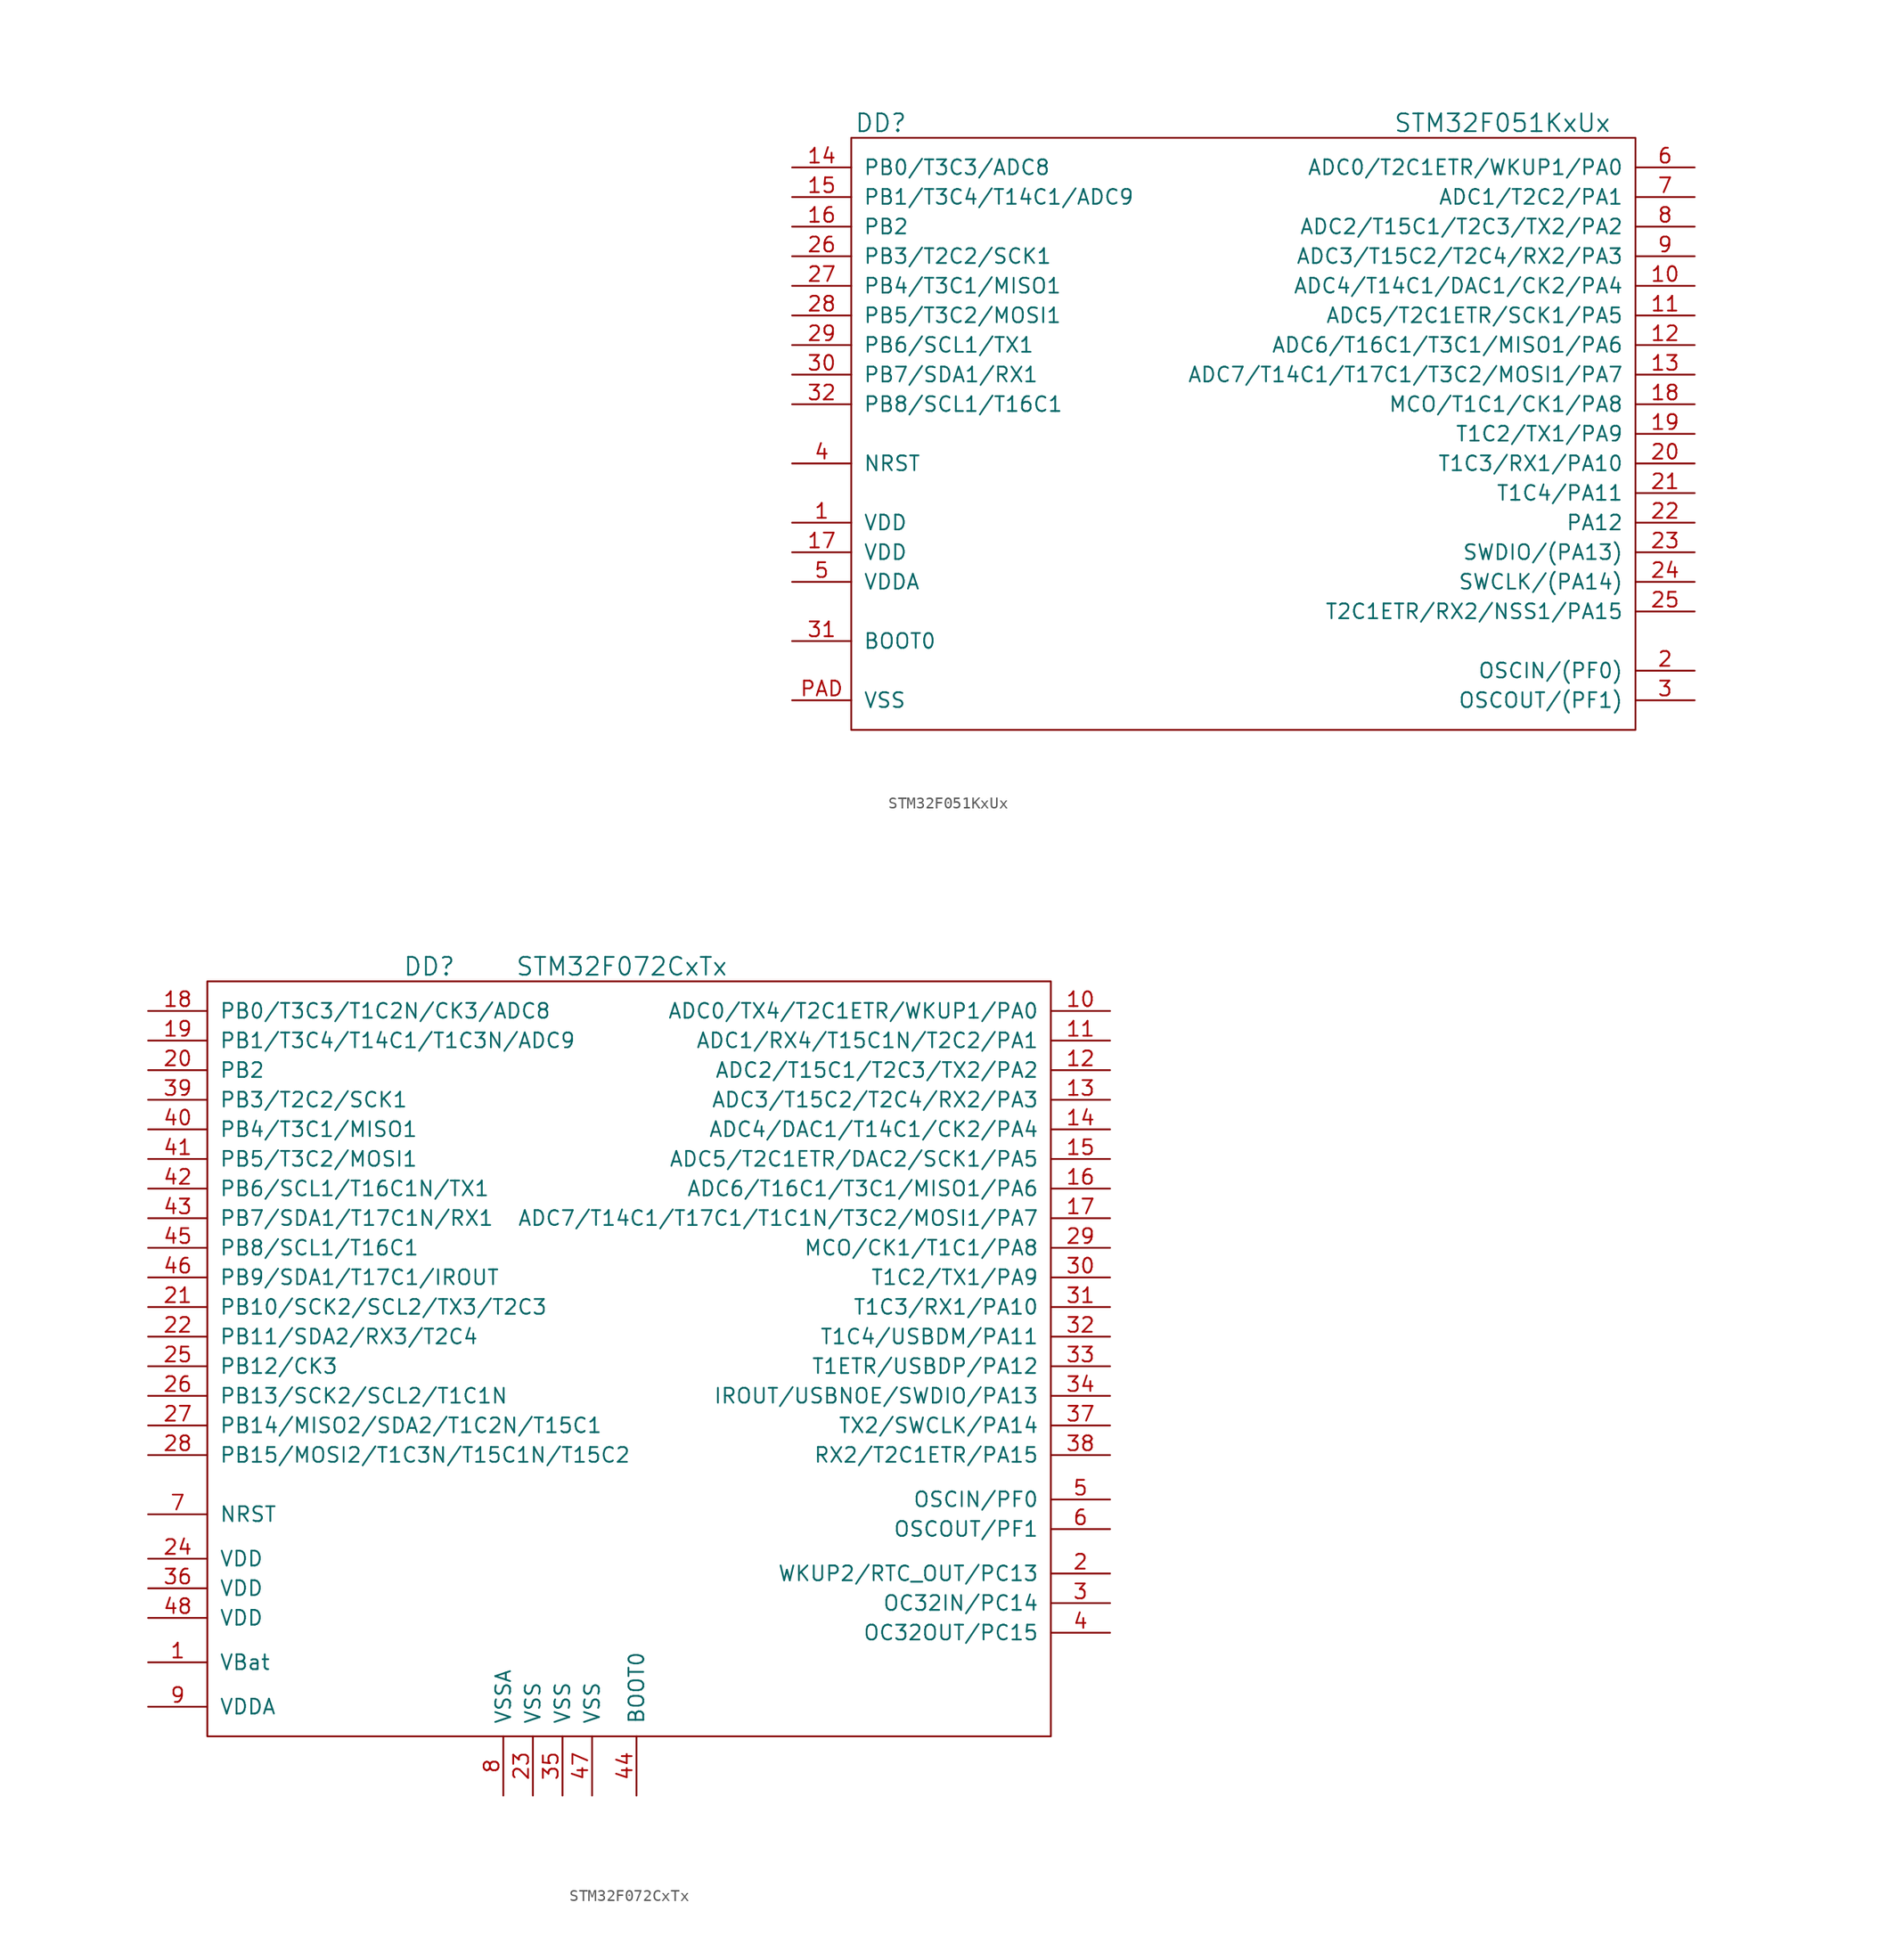
<source format=kicad_sym>
(kicad_symbol_lib
  (version 20201005)
  (generator kicad_symbol_editor)
  (symbol "st_kl:STM32F051KxUx"
    (pin_names
      (offset 1.016))
    (property "Reference" "DD"
      (at -31.75 26.67 0)
      (effects (font (size 1.524 1.524))))
    (property "Value" "STM32F051KxUx"
      (at 21.59 26.67 0)
      (effects (font (size 1.524 1.524))))
    (property "Datasheet" ""
      (at -90.17 -5.08 0)
      (effects (font (size 1.524 1.524))))
    (symbol "STM32F051KxUx_0_1"
      (rectangle (start -34.29 25.4) (end 33.02 -25.4) (stroke (width 0)) (fill (type none))))
    (symbol "STM32F051KxUx_1_1"
      (pin power_in line (at -39.37 -7.62 0) (length 5.08) (name "VDD" (effects (font (size 1.27 1.27)))) (number "1" (effects (font (size 1.27 1.27)))))
      (pin passive line (at 38.1 12.7 180) (length 5.08) (name "ADC4/T14C1/DAC1/CK2/PA4" (effects (font (size 1.27 1.27)))) (number "10" (effects (font (size 1.27 1.27)))))
      (pin passive line (at 38.1 10.16 180) (length 5.08) (name "ADC5/T2C1ETR/SCK1/PA5" (effects (font (size 1.27 1.27)))) (number "11" (effects (font (size 1.27 1.27)))))
      (pin passive line (at 38.1 7.62 180) (length 5.08) (name "ADC6/T16C1/T3C1/MISO1/PA6" (effects (font (size 1.27 1.27)))) (number "12" (effects (font (size 1.27 1.27)))))
      (pin passive line (at 38.1 5.08 180) (length 5.08) (name "ADC7/T14C1/T17C1/T3C2/MOSI1/PA7" (effects (font (size 1.27 1.27)))) (number "13" (effects (font (size 1.27 1.27)))))
      (pin passive line (at -39.37 22.86 0) (length 5.08) (name "PB0/T3C3/ADC8" (effects (font (size 1.27 1.27)))) (number "14" (effects (font (size 1.27 1.27)))))
      (pin passive line (at -39.37 20.32 0) (length 5.08) (name "PB1/T3C4/T14C1/ADC9" (effects (font (size 1.27 1.27)))) (number "15" (effects (font (size 1.27 1.27)))))
      (pin passive line (at -39.37 17.78 0) (length 5.08) (name "PB2" (effects (font (size 1.27 1.27)))) (number "16" (effects (font (size 1.27 1.27)))))
      (pin power_in line (at -39.37 -10.16 0) (length 5.08) (name "VDD" (effects (font (size 1.27 1.27)))) (number "17" (effects (font (size 1.27 1.27)))))
      (pin passive line (at 38.1 2.54 180) (length 5.08) (name "MCO/T1C1/CK1/PA8" (effects (font (size 1.27 1.27)))) (number "18" (effects (font (size 1.27 1.27)))))
      (pin passive line (at 38.1 0 180) (length 5.08) (name "T1C2/TX1/PA9" (effects (font (size 1.27 1.27)))) (number "19" (effects (font (size 1.27 1.27)))))
      (pin passive line (at 38.1 -20.32 180) (length 5.08) (name "OSCIN/(PF0)" (effects (font (size 1.27 1.27)))) (number "2" (effects (font (size 1.27 1.27)))))
      (pin passive line (at 38.1 -2.54 180) (length 5.08) (name "T1C3/RX1/PA10" (effects (font (size 1.27 1.27)))) (number "20" (effects (font (size 1.27 1.27)))))
      (pin passive line (at 38.1 -5.08 180) (length 5.08) (name "T1C4/PA11" (effects (font (size 1.27 1.27)))) (number "21" (effects (font (size 1.27 1.27)))))
      (pin passive line (at 38.1 -7.62 180) (length 5.08) (name "PA12" (effects (font (size 1.27 1.27)))) (number "22" (effects (font (size 1.27 1.27)))))
      (pin passive line (at 38.1 -10.16 180) (length 5.08) (name "SWDIO/(PA13)" (effects (font (size 1.27 1.27)))) (number "23" (effects (font (size 1.27 1.27)))))
      (pin passive line (at 38.1 -12.7 180) (length 5.08) (name "SWCLK/(PA14)" (effects (font (size 1.27 1.27)))) (number "24" (effects (font (size 1.27 1.27)))))
      (pin passive line (at 38.1 -15.24 180) (length 5.08) (name "T2C1ETR/RX2/NSS1/PA15" (effects (font (size 1.27 1.27)))) (number "25" (effects (font (size 1.27 1.27)))))
      (pin passive line (at -39.37 15.24 0) (length 5.08) (name "PB3/T2C2/SCK1" (effects (font (size 1.27 1.27)))) (number "26" (effects (font (size 1.27 1.27)))))
      (pin passive line (at -39.37 12.7 0) (length 5.08) (name "PB4/T3C1/MISO1" (effects (font (size 1.27 1.27)))) (number "27" (effects (font (size 1.27 1.27)))))
      (pin passive line (at -39.37 10.16 0) (length 5.08) (name "PB5/T3C2/MOSI1" (effects (font (size 1.27 1.27)))) (number "28" (effects (font (size 1.27 1.27)))))
      (pin passive line (at -39.37 7.62 0) (length 5.08) (name "PB6/SCL1/TX1" (effects (font (size 1.27 1.27)))) (number "29" (effects (font (size 1.27 1.27)))))
      (pin passive line (at 38.1 -22.86 180) (length 5.08) (name "OSCOUT/(PF1)" (effects (font (size 1.27 1.27)))) (number "3" (effects (font (size 1.27 1.27)))))
      (pin passive line (at -39.37 5.08 0) (length 5.08) (name "PB7/SDA1/RX1" (effects (font (size 1.27 1.27)))) (number "30" (effects (font (size 1.27 1.27)))))
      (pin passive line (at -39.37 -17.78 0) (length 5.08) (name "BOOT0" (effects (font (size 1.27 1.27)))) (number "31" (effects (font (size 1.27 1.27)))))
      (pin passive line (at -39.37 2.54 0) (length 5.08) (name "PB8/SCL1/T16C1" (effects (font (size 1.27 1.27)))) (number "32" (effects (font (size 1.27 1.27)))))
      (pin passive line (at -39.37 -2.54 0) (length 5.08) (name "NRST" (effects (font (size 1.27 1.27)))) (number "4" (effects (font (size 1.27 1.27)))))
      (pin power_in line (at -39.37 -12.7 0) (length 5.08) (name "VDDA" (effects (font (size 1.27 1.27)))) (number "5" (effects (font (size 1.27 1.27)))))
      (pin passive line (at 38.1 22.86 180) (length 5.08) (name "ADC0/T2C1ETR/WKUP1/PA0" (effects (font (size 1.27 1.27)))) (number "6" (effects (font (size 1.27 1.27)))))
      (pin passive line (at 38.1 20.32 180) (length 5.08) (name "ADC1/T2C2/PA1" (effects (font (size 1.27 1.27)))) (number "7" (effects (font (size 1.27 1.27)))))
      (pin passive line (at 38.1 17.78 180) (length 5.08) (name "ADC2/T15C1/T2C3/TX2/PA2" (effects (font (size 1.27 1.27)))) (number "8" (effects (font (size 1.27 1.27)))))
      (pin passive line (at 38.1 15.24 180) (length 5.08) (name "ADC3/T15C2/T2C4/RX2/PA3" (effects (font (size 1.27 1.27)))) (number "9" (effects (font (size 1.27 1.27)))))
      (pin power_in line (at -39.37 -22.86 0) (length 5.08) (name "VSS" (effects (font (size 1.27 1.27)))) (number "PAD" (effects (font (size 1.27 1.27)))))))
  (symbol "st_kl:STM32F072CxTx"
    (pin_names
      (offset 1.016))
    (property "Reference" "DD"
      (at -12.7 34.29 0)
      (effects (font (size 1.524 1.524))))
    (property "Value" "STM32F072CxTx"
      (at 3.81 34.29 0)
      (effects (font (size 1.524 1.524))))
    (symbol "STM32F072CxTx_0_1"
      (rectangle (start -31.75 33.02) (end 40.64 -31.75) (stroke (width 0)) (fill (type none))))
    (symbol "STM32F072CxTx_1_1"
      (pin power_in line (at -36.83 -25.4 0) (length 5.08) (name "VBat" (effects (font (size 1.27 1.27)))) (number "1" (effects (font (size 1.27 1.27)))))
      (pin passive line (at 45.72 30.48 180) (length 5.08) (name "ADC0/TX4/T2C1ETR/WKUP1/PA0" (effects (font (size 1.27 1.27)))) (number "10" (effects (font (size 1.27 1.27)))))
      (pin passive line (at 45.72 27.94 180) (length 5.08) (name "ADC1/RX4/T15C1N/T2C2/PA1" (effects (font (size 1.27 1.27)))) (number "11" (effects (font (size 1.27 1.27)))))
      (pin passive line (at 45.72 25.4 180) (length 5.08) (name "ADC2/T15C1/T2C3/TX2/PA2" (effects (font (size 1.27 1.27)))) (number "12" (effects (font (size 1.27 1.27)))))
      (pin passive line (at 45.72 22.86 180) (length 5.08) (name "ADC3/T15C2/T2C4/RX2/PA3" (effects (font (size 1.27 1.27)))) (number "13" (effects (font (size 1.27 1.27)))))
      (pin passive line (at 45.72 20.32 180) (length 5.08) (name "ADC4/DAC1/T14C1/CK2/PA4" (effects (font (size 1.27 1.27)))) (number "14" (effects (font (size 1.27 1.27)))))
      (pin passive line (at 45.72 17.78 180) (length 5.08) (name "ADC5/T2C1ETR/DAC2/SCK1/PA5" (effects (font (size 1.27 1.27)))) (number "15" (effects (font (size 1.27 1.27)))))
      (pin passive line (at 45.72 15.24 180) (length 5.08) (name "ADC6/T16C1/T3C1/MISO1/PA6" (effects (font (size 1.27 1.27)))) (number "16" (effects (font (size 1.27 1.27)))))
      (pin passive line (at 45.72 12.7 180) (length 5.08) (name "ADC7/T14C1/T17C1/T1C1N/T3C2/MOSI1/PA7" (effects (font (size 1.27 1.27)))) (number "17" (effects (font (size 1.27 1.27)))))
      (pin passive line (at -36.83 30.48 0) (length 5.08) (name "PB0/T3C3/T1C2N/CK3/ADC8" (effects (font (size 1.27 1.27)))) (number "18" (effects (font (size 1.27 1.27)))))
      (pin passive line (at -36.83 27.94 0) (length 5.08) (name "PB1/T3C4/T14C1/T1C3N/ADC9" (effects (font (size 1.27 1.27)))) (number "19" (effects (font (size 1.27 1.27)))))
      (pin passive line (at 45.72 -17.78 180) (length 5.08) (name "WKUP2/RTC_OUT/PC13" (effects (font (size 1.27 1.27)))) (number "2" (effects (font (size 1.27 1.27)))))
      (pin passive line (at -36.83 25.4 0) (length 5.08) (name "PB2" (effects (font (size 1.27 1.27)))) (number "20" (effects (font (size 1.27 1.27)))))
      (pin passive line (at -36.83 5.08 0) (length 5.08) (name "PB10/SCK2/SCL2/TX3/T2C3" (effects (font (size 1.27 1.27)))) (number "21" (effects (font (size 1.27 1.27)))))
      (pin passive line (at -36.83 2.54 0) (length 5.08) (name "PB11/SDA2/RX3/T2C4" (effects (font (size 1.27 1.27)))) (number "22" (effects (font (size 1.27 1.27)))))
      (pin power_in line (at -3.81 -36.83 90) (length 5.08) (name "VSS" (effects (font (size 1.27 1.27)))) (number "23" (effects (font (size 1.27 1.27)))))
      (pin power_in line (at -36.83 -16.51 0) (length 5.08) (name "VDD" (effects (font (size 1.27 1.27)))) (number "24" (effects (font (size 1.27 1.27)))))
      (pin passive line (at -36.83 0 0) (length 5.08) (name "PB12/CK3" (effects (font (size 1.27 1.27)))) (number "25" (effects (font (size 1.27 1.27)))))
      (pin passive line (at -36.83 -2.54 0) (length 5.08) (name "PB13/SCK2/SCL2/T1C1N" (effects (font (size 1.27 1.27)))) (number "26" (effects (font (size 1.27 1.27)))))
      (pin passive line (at -36.83 -5.08 0) (length 5.08) (name "PB14/MISO2/SDA2/T1C2N/T15C1" (effects (font (size 1.27 1.27)))) (number "27" (effects (font (size 1.27 1.27)))))
      (pin passive line (at -36.83 -7.62 0) (length 5.08) (name "PB15/MOSI2/T1C3N/T15C1N/T15C2" (effects (font (size 1.27 1.27)))) (number "28" (effects (font (size 1.27 1.27)))))
      (pin passive line (at 45.72 10.16 180) (length 5.08) (name "MCO/CK1/T1C1/PA8" (effects (font (size 1.27 1.27)))) (number "29" (effects (font (size 1.27 1.27)))))
      (pin passive line (at 45.72 -20.32 180) (length 5.08) (name "OC32IN/PC14" (effects (font (size 1.27 1.27)))) (number "3" (effects (font (size 1.27 1.27)))))
      (pin passive line (at 45.72 7.62 180) (length 5.08) (name "T1C2/TX1/PA9" (effects (font (size 1.27 1.27)))) (number "30" (effects (font (size 1.27 1.27)))))
      (pin passive line (at 45.72 5.08 180) (length 5.08) (name "T1C3/RX1/PA10" (effects (font (size 1.27 1.27)))) (number "31" (effects (font (size 1.27 1.27)))))
      (pin passive line (at 45.72 2.54 180) (length 5.08) (name "T1C4/USBDM/PA11" (effects (font (size 1.27 1.27)))) (number "32" (effects (font (size 1.27 1.27)))))
      (pin passive line (at 45.72 0 180) (length 5.08) (name "T1ETR/USBDP/PA12" (effects (font (size 1.27 1.27)))) (number "33" (effects (font (size 1.27 1.27)))))
      (pin passive line (at 45.72 -2.54 180) (length 5.08) (name "IROUT/USBNOE/SWDIO/PA13" (effects (font (size 1.27 1.27)))) (number "34" (effects (font (size 1.27 1.27)))))
      (pin power_in line (at -1.27 -36.83 90) (length 5.08) (name "VSS" (effects (font (size 1.27 1.27)))) (number "35" (effects (font (size 1.27 1.27)))))
      (pin power_in line (at -36.83 -19.05 0) (length 5.08) (name "VDD" (effects (font (size 1.27 1.27)))) (number "36" (effects (font (size 1.27 1.27)))))
      (pin passive line (at 45.72 -5.08 180) (length 5.08) (name "TX2/SWCLK/PA14" (effects (font (size 1.27 1.27)))) (number "37" (effects (font (size 1.27 1.27)))))
      (pin passive line (at 45.72 -7.62 180) (length 5.08) (name "RX2/T2C1ETR/PA15" (effects (font (size 1.27 1.27)))) (number "38" (effects (font (size 1.27 1.27)))))
      (pin passive line (at -36.83 22.86 0) (length 5.08) (name "PB3/T2C2/SCK1" (effects (font (size 1.27 1.27)))) (number "39" (effects (font (size 1.27 1.27)))))
      (pin passive line (at 45.72 -22.86 180) (length 5.08) (name "OC32OUT/PC15" (effects (font (size 1.27 1.27)))) (number "4" (effects (font (size 1.27 1.27)))))
      (pin passive line (at -36.83 20.32 0) (length 5.08) (name "PB4/T3C1/MISO1" (effects (font (size 1.27 1.27)))) (number "40" (effects (font (size 1.27 1.27)))))
      (pin passive line (at -36.83 17.78 0) (length 5.08) (name "PB5/T3C2/MOSI1" (effects (font (size 1.27 1.27)))) (number "41" (effects (font (size 1.27 1.27)))))
      (pin passive line (at -36.83 15.24 0) (length 5.08) (name "PB6/SCL1/T16C1N/TX1" (effects (font (size 1.27 1.27)))) (number "42" (effects (font (size 1.27 1.27)))))
      (pin passive line (at -36.83 12.7 0) (length 5.08) (name "PB7/SDA1/T17C1N/RX1" (effects (font (size 1.27 1.27)))) (number "43" (effects (font (size 1.27 1.27)))))
      (pin passive line (at 5.08 -36.83 90) (length 5.08) (name "BOOT0" (effects (font (size 1.27 1.27)))) (number "44" (effects (font (size 1.27 1.27)))))
      (pin passive line (at -36.83 10.16 0) (length 5.08) (name "PB8/SCL1/T16C1" (effects (font (size 1.27 1.27)))) (number "45" (effects (font (size 1.27 1.27)))))
      (pin passive line (at -36.83 7.62 0) (length 5.08) (name "PB9/SDA1/T17C1/IROUT" (effects (font (size 1.27 1.27)))) (number "46" (effects (font (size 1.27 1.27)))))
      (pin power_in line (at 1.27 -36.83 90) (length 5.08) (name "VSS" (effects (font (size 1.27 1.27)))) (number "47" (effects (font (size 1.27 1.27)))))
      (pin power_in line (at -36.83 -21.59 0) (length 5.08) (name "VDD" (effects (font (size 1.27 1.27)))) (number "48" (effects (font (size 1.27 1.27)))))
      (pin passive line (at 45.72 -11.43 180) (length 5.08) (name "OSCIN/PF0" (effects (font (size 1.27 1.27)))) (number "5" (effects (font (size 1.27 1.27)))))
      (pin passive line (at 45.72 -13.97 180) (length 5.08) (name "OSCOUT/PF1" (effects (font (size 1.27 1.27)))) (number "6" (effects (font (size 1.27 1.27)))))
      (pin passive line (at -36.83 -12.7 0) (length 5.08) (name "NRST" (effects (font (size 1.27 1.27)))) (number "7" (effects (font (size 1.27 1.27)))))
      (pin power_in line (at -6.35 -36.83 90) (length 5.08) (name "VSSA" (effects (font (size 1.27 1.27)))) (number "8" (effects (font (size 1.27 1.27)))))
      (pin power_in line (at -36.83 -29.21 0) (length 5.08) (name "VDDA" (effects (font (size 1.27 1.27)))) (number "9" (effects (font (size 1.27 1.27))))))))
</source>
